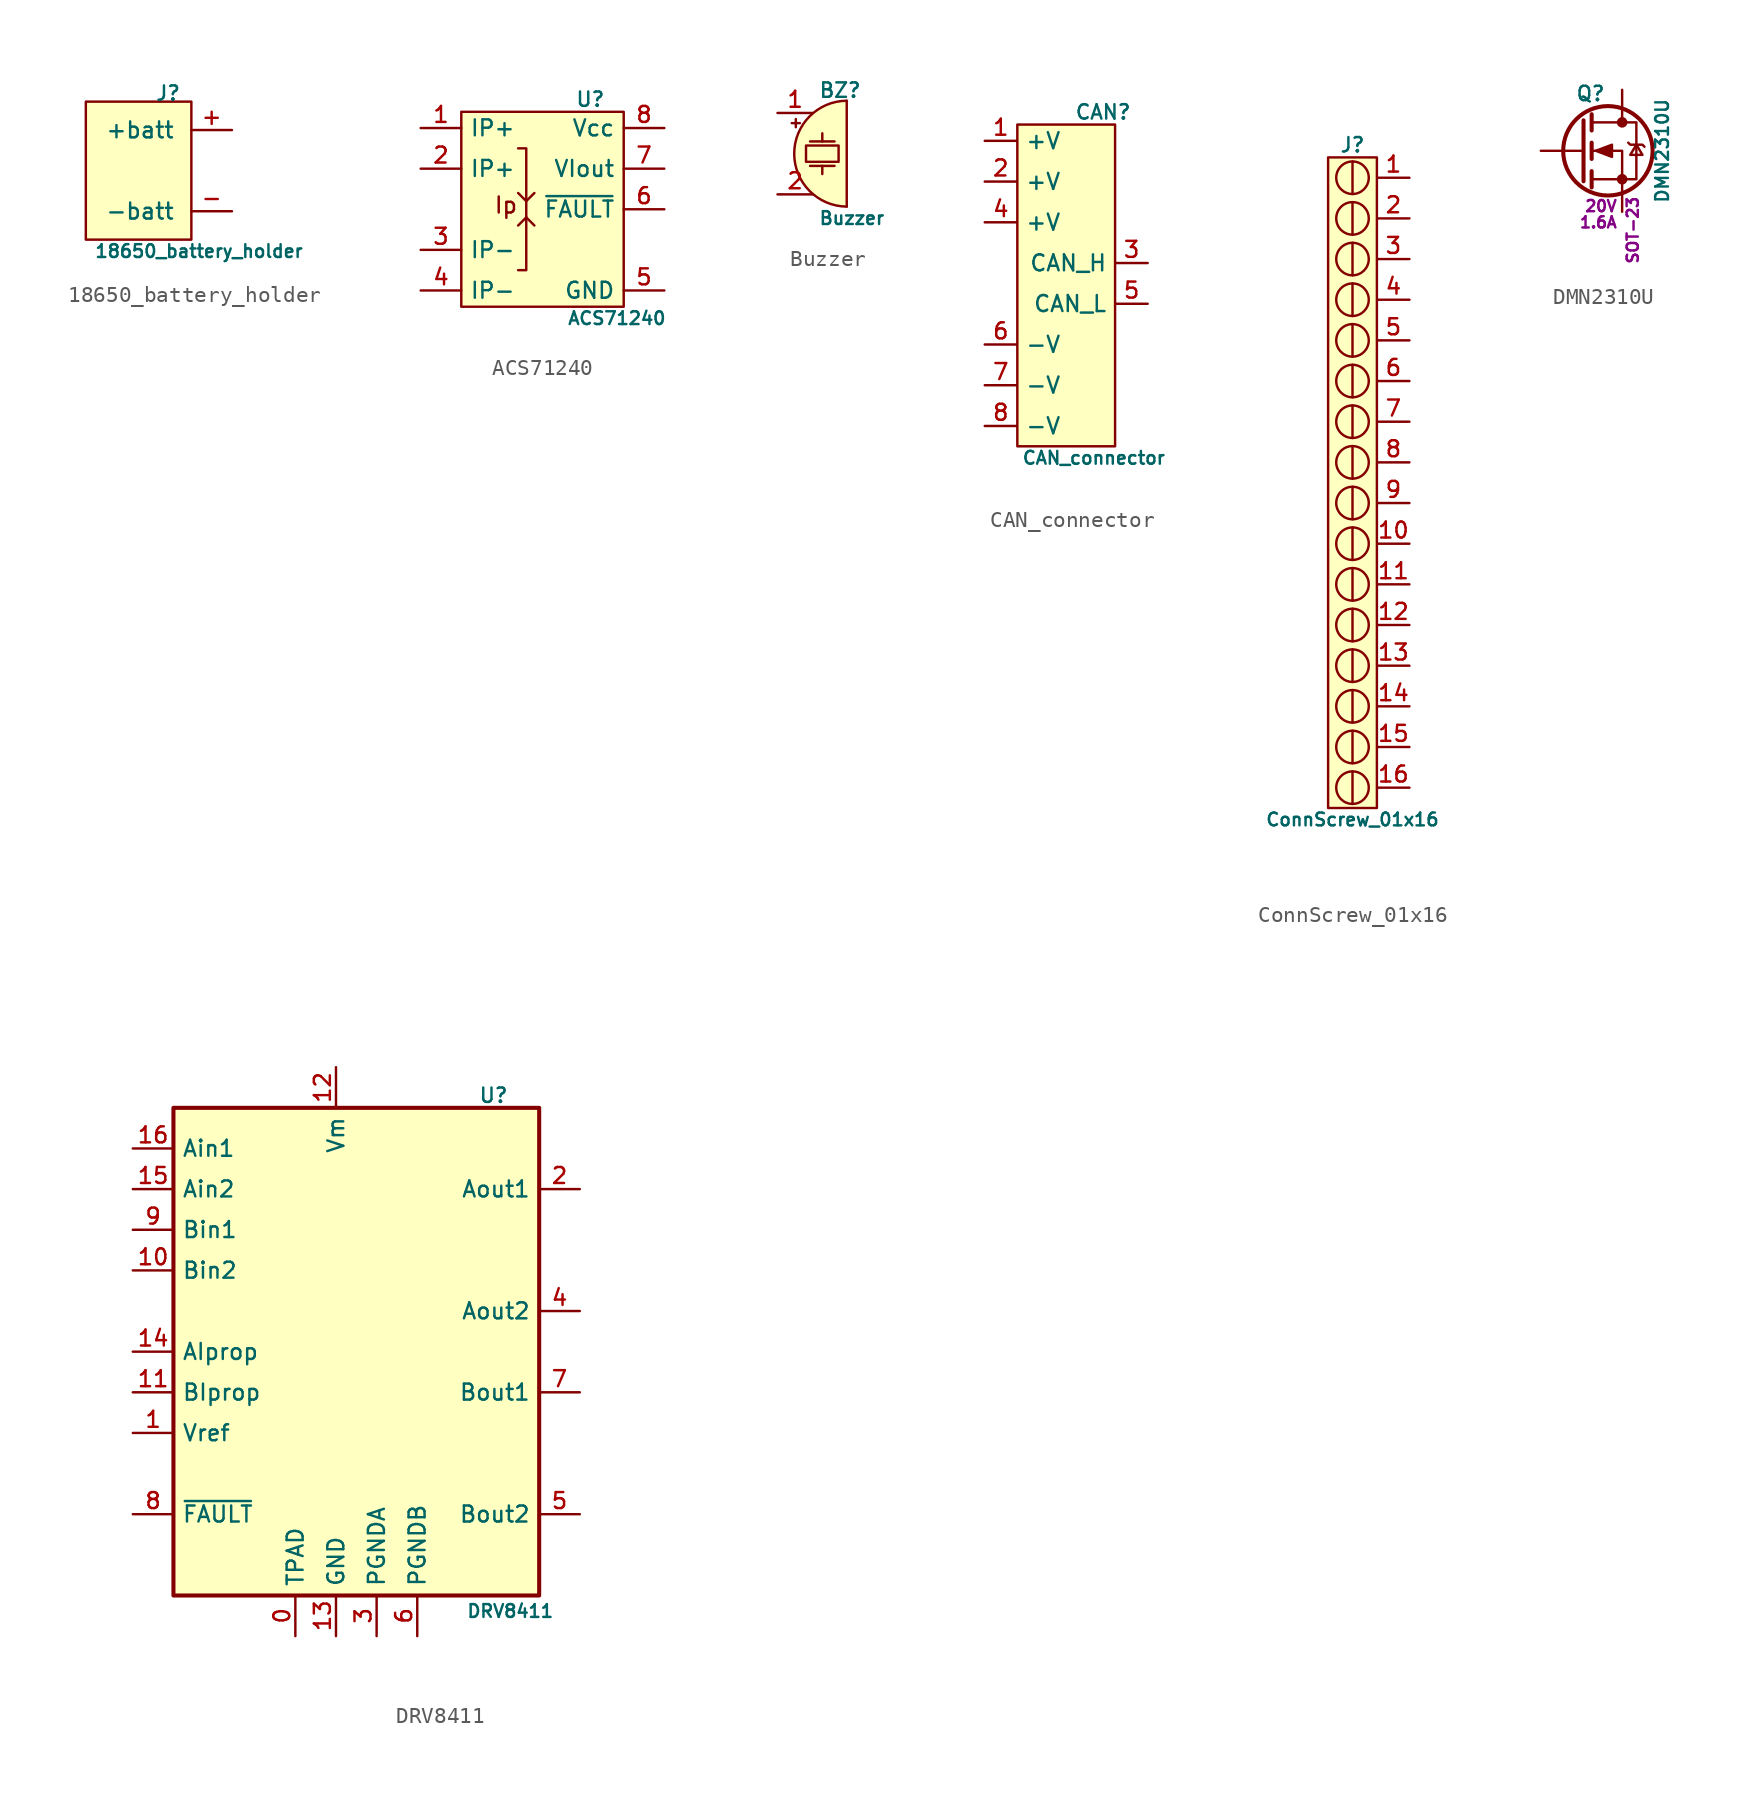
<source format=kicad_sym>
(kicad_symbol_lib
  (version 20231120)
  (generator "kicad_symbol_editor")
  (generator_version "8.0")
  (symbol "18650_battery_holder"
    (pin_names
      (offset 1.016))
    (property "Reference" "J"
      (at 0.254 4.318 0)
      (effects (font (size 0.9 0.9)) (justify left bottom)))
    (property "Value" "18650_battery_holder"
      (at -3.556 -4.572 0)
      (effects (font (size 0.8 0.8)) (justify left top)))
    (symbol "18650_battery_holder_0_1"
      (rectangle (start -4.064 4.318) (end 2.54 -4.318) (stroke (width 0) (type default)) (fill (type background))))
    (symbol "18650_battery_holder_1_1"
      (pin passive line (at 5.08 2.54 180) (length 2.54) (name "+batt" (effects (font (size 1 1)))) (number "+" (effects (font (size 1 1)))))
      (pin passive line (at 5.08 -2.54 180) (length 2.54) (name "-batt" (effects (font (size 1 1)))) (number "-" (effects (font (size 1 1)))))))
  (symbol "ACS71240"
    (property "Reference" "U"
      (at 2.032 6.35 0)
      (effects (font (size 0.9 0.9)) (justify left bottom)))
    (property "Value" "ACS71240"
      (at 1.524 -6.35 0)
      (effects (font (size 0.8 0.8)) (justify left top)))
    (symbol "ACS71240_0_1"
      (polyline (pts (xy -1.016 -0.508) (xy -1.524 -1.016)) (stroke (width 0) (type default)) (fill (type none)))
      (polyline (pts (xy -1.016 -0.508) (xy -0.508 -1.016)) (stroke (width 0) (type default)) (fill (type none)))
      (polyline (pts (xy -1.524 1.016) (xy -1.016 0.508) (xy -0.508 1.016)) (stroke (width 0) (type default)) (fill (type none)))
      (polyline (pts (xy -1.524 3.81) (xy -1.016 3.81) (xy -1.016 -3.81) (xy -1.524 -3.81)) (stroke (width 0) (type default)) (fill (type none))))
    (symbol "ACS71240_1_1"
      (rectangle (start -5.08 6.096) (end 5.08 -6.096) (stroke (width 0) (type default)) (fill (type background)))
      (text "Ip" (at -2.286 0.254 0) (effects (font (size 1 1))))
      (pin passive line (at -7.62 5.08 0) (length 2.54) (name "IP+" (effects (font (size 1 1)))) (number "1" (effects (font (size 1 1)))))
      (pin passive line (at -7.62 2.54 0) (length 2.54) (name "IP+" (effects (font (size 1 1)))) (number "2" (effects (font (size 1 1)))))
      (pin passive line (at -7.62 -2.54 0) (length 2.54) (name "IP-" (effects (font (size 1 1)))) (number "3" (effects (font (size 1 1)))))
      (pin passive line (at -7.62 -5.08 0) (length 2.54) (name "IP-" (effects (font (size 1 1)))) (number "4" (effects (font (size 1 1)))))
      (pin power_in line (at 7.62 -5.08 180) (length 2.54) (name "GND" (effects (font (size 1 1)))) (number "5" (effects (font (size 1 1)))))
      (pin open_collector line (at 7.62 0 180) (length 2.54) (name "~{FAULT}" (effects (font (size 1 1)))) (number "6" (effects (font (size 1 1)))))
      (pin output line (at 7.62 2.54 180) (length 2.54) (name "VIout" (effects (font (size 1 1)))) (number "7" (effects (font (size 1 1)))))
      (pin power_in line (at 7.62 5.08 180) (length 2.54) (name "Vcc" (effects (font (size 1 1)))) (number "8" (effects (font (size 1 1)))))))
  (symbol "Buzzer"
    (pin_names
      (offset 0.025) hide)
    (property "Reference" "BZ"
      (at 0 3.429 0)
      (effects (font (size 0.9 0.9)) (justify left bottom)))
    (property "Value" "Buzzer"
      (at 0 -3.556 0)
      (effects (font (size 0.8 0.8)) (justify left top)))
    (symbol "Buzzer_0_1"
      (polyline (pts (xy -1.651 1.905) (xy -1.143 1.905)) (stroke (width 0) (type default)) (fill (type none)))
      (polyline (pts (xy -1.397 2.159) (xy -1.397 1.651)) (stroke (width 0) (type default)) (fill (type none)))
      (polyline (pts (xy -0.508 -0.762) (xy 1.016 -0.762)) (stroke (width 0) (type default)) (fill (type none)))
      (polyline (pts (xy 0.254 -0.762) (xy 0.254 -1.27)) (stroke (width 0) (type default)) (fill (type none)))
      (polyline (pts (xy 0.254 0.762) (xy 0.254 1.27)) (stroke (width 0) (type default)) (fill (type none)))
      (polyline (pts (xy 1.016 0.762) (xy -0.508 0.762)) (stroke (width 0) (type default)) (fill (type none)))
      (polyline (pts (xy 1.778 3.302) (xy 1.778 -3.302)) (stroke (width 0) (type default)) (fill (type none)))
      (polyline (pts (xy -0.762 0.508) (xy 1.27 0.508) (xy 1.27 -0.508) (xy -0.762 -0.508) (xy -0.762 0.508)) (stroke (width 0) (type default)) (fill (type none))))
    (symbol "Buzzer_1_1"
      (arc (start 1.778 3.302) (mid -1.4984 0) (end 1.778 -3.302) (stroke (width 0) (type default)) (fill (type background)))
      (pin passive line (at -2.54 2.54 0) (length 2.2) (name "-" (effects (font (size 1 1)))) (number "1" (effects (font (size 1 1)))))
      (pin passive line (at -2.54 -2.54 0) (length 2.2) (name "+" (effects (font (size 1 1)))) (number "2" (effects (font (size 1 1)))))))
  (symbol "CAN_connector"
    (pin_names
      (offset 0.5))
    (property "Reference" "CAN"
      (at 0.508 8.89 0)
      (effects (font (size 0.9 0.9)) (justify left bottom)))
    (property "Value" "CAN_connector"
      (at -2.794 -11.684 0)
      (effects (font (size 0.8 0.8)) (justify left top)))
    (symbol "CAN_connector_1_1"
      (rectangle (start -3.048 8.636) (end 3.048 -11.43) (stroke (width 0) (type default)) (fill (type background)))
      (pin passive line (at -5.08 7.62 0) (length 2) (name "+V" (effects (font (size 1 1)))) (number "1" (effects (font (size 1 1)))))
      (pin passive line (at -5.08 5.08 0) (length 2) (name "+V" (effects (font (size 1 1)))) (number "2" (effects (font (size 1 1)))))
      (pin passive line (at 5.08 0 180) (length 2) (name "CAN_H" (effects (font (size 1 1)))) (number "3" (effects (font (size 1 1)))))
      (pin passive line (at -5.08 2.54 0) (length 2) (name "+V" (effects (font (size 1 1)))) (number "4" (effects (font (size 1 1)))))
      (pin passive line (at 5.08 -2.54 180) (length 2) (name "CAN_L" (effects (font (size 1 1)))) (number "5" (effects (font (size 1 1)))))
      (pin passive line (at -5.08 -5.08 0) (length 2) (name "-V" (effects (font (size 1 1)))) (number "6" (effects (font (size 1 1)))))
      (pin passive line (at -5.08 -7.62 0) (length 2) (name "-V" (effects (font (size 1 1)))) (number "7" (effects (font (size 1 1)))))
      (pin passive line (at -5.08 -10.16 0) (length 2) (name "-V" (effects (font (size 1 1)))) (number "8" (effects (font (size 1 1)))))))
  (symbol "ConnScrew_01x16"
    (pin_names
      (offset 1.016) hide)
    (property "Reference" "J"
      (at -1.016 19.304 0)
      (effects (font (size 0.9 0.9)) (justify bottom)))
    (property "Value" "ConnScrew_01x16"
      (at -1.016 -21.844 0)
      (effects (font (size 0.8 0.8)) (justify top)))
    (symbol "ConnScrew_01x16_0_1"
      (circle (center -1.016 -20.32) (radius 1.016) (stroke (width 0) (type default)) (fill (type none)))
      (circle (center -1.016 -17.78) (radius 1.016) (stroke (width 0) (type default)) (fill (type none)))
      (circle (center -1.016 -15.24) (radius 1.016) (stroke (width 0) (type default)) (fill (type none)))
      (circle (center -1.016 -12.7) (radius 1.016) (stroke (width 0) (type default)) (fill (type none)))
      (circle (center -1.016 -10.16) (radius 1.016) (stroke (width 0) (type default)) (fill (type none)))
      (circle (center -1.016 -7.62) (radius 1.016) (stroke (width 0) (type default)) (fill (type none)))
      (circle (center -1.016 -5.08) (radius 1.016) (stroke (width 0) (type default)) (fill (type none)))
      (circle (center -1.016 -2.54) (radius 1.016) (stroke (width 0) (type default)) (fill (type none)))
      (circle (center -1.016 0) (radius 1.016) (stroke (width 0) (type default)) (fill (type none)))
      (circle (center -1.016 2.54) (radius 1.016) (stroke (width 0) (type default)) (fill (type none)))
      (circle (center -1.016 5.08) (radius 1.016) (stroke (width 0) (type default)) (fill (type none)))
      (circle (center -1.016 7.62) (radius 1.016) (stroke (width 0) (type default)) (fill (type none)))
      (circle (center -1.016 10.16) (radius 1.016) (stroke (width 0) (type default)) (fill (type none)))
      (circle (center -1.016 12.7) (radius 1.016) (stroke (width 0) (type default)) (fill (type none)))
      (circle (center -1.016 15.24) (radius 1.016) (stroke (width 0) (type default)) (fill (type none)))
      (circle (center -1.016 17.78) (radius 1.016) (stroke (width 0) (type default)) (fill (type none)))
      (polyline (pts (xy -1.016 -19.304) (xy -1.016 -21.336)) (stroke (width 0) (type default)) (fill (type none)))
      (polyline (pts (xy -1.016 -16.764) (xy -1.016 -18.796)) (stroke (width 0) (type default)) (fill (type none)))
      (polyline (pts (xy -1.016 -14.224) (xy -1.016 -16.256)) (stroke (width 0) (type default)) (fill (type none)))
      (polyline (pts (xy -1.016 -11.684) (xy -1.016 -13.716)) (stroke (width 0) (type default)) (fill (type none)))
      (polyline (pts (xy -1.016 -9.144) (xy -1.016 -11.176)) (stroke (width 0) (type default)) (fill (type none)))
      (polyline (pts (xy -1.016 -6.604) (xy -1.016 -8.636)) (stroke (width 0) (type default)) (fill (type none)))
      (polyline (pts (xy -1.016 -4.064) (xy -1.016 -6.096)) (stroke (width 0) (type default)) (fill (type none)))
      (polyline (pts (xy -1.016 -1.524) (xy -1.016 -3.556)) (stroke (width 0) (type default)) (fill (type none)))
      (polyline (pts (xy -1.016 1.016) (xy -1.016 -1.016)) (stroke (width 0) (type default)) (fill (type none)))
      (polyline (pts (xy -1.016 3.556) (xy -1.016 1.524)) (stroke (width 0) (type default)) (fill (type none)))
      (polyline (pts (xy -1.016 6.096) (xy -1.016 4.064)) (stroke (width 0) (type default)) (fill (type none)))
      (polyline (pts (xy -1.016 8.636) (xy -1.016 6.604)) (stroke (width 0) (type default)) (fill (type none)))
      (polyline (pts (xy -1.016 11.176) (xy -1.016 9.144)) (stroke (width 0) (type default)) (fill (type none)))
      (polyline (pts (xy -1.016 13.716) (xy -1.016 11.684)) (stroke (width 0) (type default)) (fill (type none)))
      (polyline (pts (xy -1.016 16.256) (xy -1.016 14.224)) (stroke (width 0) (type default)) (fill (type none)))
      (polyline (pts (xy -1.016 18.796) (xy -1.016 16.764)) (stroke (width 0) (type default)) (fill (type none))))
    (symbol "ConnScrew_01x16_1_1"
      (rectangle (start -2.54 19.05) (end 0.508 -21.59) (stroke (width 0) (type default)) (fill (type background)))
      (pin passive line (at 2.54 17.78 180) (length 2) (name "Pin_1" (effects (font (size 1 1)))) (number "1" (effects (font (size 1 1)))))
      (pin passive line (at 2.54 -5.08 180) (length 2) (name "Pin_10" (effects (font (size 1 1)))) (number "10" (effects (font (size 1 1)))))
      (pin passive line (at 2.54 -7.62 180) (length 2) (name "Pin_11" (effects (font (size 1 1)))) (number "11" (effects (font (size 1 1)))))
      (pin passive line (at 2.54 -10.16 180) (length 2) (name "Pin_12" (effects (font (size 1 1)))) (number "12" (effects (font (size 1 1)))))
      (pin passive line (at 2.54 -12.7 180) (length 2) (name "Pin_13" (effects (font (size 1 1)))) (number "13" (effects (font (size 1 1)))))
      (pin passive line (at 2.54 -15.24 180) (length 2) (name "Pin_14" (effects (font (size 1 1)))) (number "14" (effects (font (size 1 1)))))
      (pin passive line (at 2.54 -17.78 180) (length 2) (name "Pin_15" (effects (font (size 1 1)))) (number "15" (effects (font (size 1 1)))))
      (pin passive line (at 2.54 -20.32 180) (length 2) (name "Pin_16" (effects (font (size 1 1)))) (number "16" (effects (font (size 1 1)))))
      (pin passive line (at 2.54 15.24 180) (length 2) (name "Pin_2" (effects (font (size 1 1)))) (number "2" (effects (font (size 1 1)))))
      (pin passive line (at 2.54 12.7 180) (length 2) (name "Pin_3" (effects (font (size 1 1)))) (number "3" (effects (font (size 1 1)))))
      (pin passive line (at 2.54 10.16 180) (length 2) (name "Pin_4" (effects (font (size 1 1)))) (number "4" (effects (font (size 1 1)))))
      (pin passive line (at 2.54 7.62 180) (length 2) (name "Pin_5" (effects (font (size 1 1)))) (number "5" (effects (font (size 1 1)))))
      (pin passive line (at 2.54 5.08 180) (length 2) (name "Pin_6" (effects (font (size 1 1)))) (number "6" (effects (font (size 1 1)))))
      (pin passive line (at 2.54 2.54 180) (length 2) (name "Pin_7" (effects (font (size 1 1)))) (number "7" (effects (font (size 1 1)))))
      (pin passive line (at 2.54 0 180) (length 2) (name "Pin_8" (effects (font (size 1 1)))) (number "8" (effects (font (size 1 1)))))
      (pin passive line (at 2.54 -2.54 180) (length 2) (name "Pin_9" (effects (font (size 1 1)))) (number "9" (effects (font (size 1 1)))))))
  (symbol "DMN2310U"
    (pin_numbers hide)
    (pin_names
      (offset 0) hide)
    (property "Reference" "Q"
      (at 1.524 3.048 0)
      (effects (font (size 0.9 0.9)) (justify right bottom)))
    (property "Value" "DMN2310U"
      (at 4.572 0 90)
      (effects (font (size 0.8 0.8)) (justify top)))
    (property "Voltage" "20V"
      (at 2.286 -3.048 0)
      (effects (font (size 0.7 0.7)) (justify right top)))
    (property "Current" "1.6A"
      (at 2.286 -4.064 0)
      (effects (font (size 0.7 0.7)) (justify right top)))
    (property "Case" "SOT-23"
      (at 2.794 -2.794 90)
      (effects (font (size 0.7 0.7)) (justify right top)))
    (symbol "DMN2310U_0_1"
      (polyline (pts (xy 0.127 1.905) (xy 0.127 -1.905)) (stroke (width 0.254) (type default)) (fill (type none)))
      (polyline (pts (xy 0.635 -1.27) (xy 0.635 -2.286)) (stroke (width 0.254) (type default)) (fill (type none)))
      (polyline (pts (xy 0.635 0.508) (xy 0.635 -0.508)) (stroke (width 0.254) (type default)) (fill (type none)))
      (polyline (pts (xy 0.635 2.286) (xy 0.635 1.27)) (stroke (width 0.254) (type default)) (fill (type none)))
      (polyline (pts (xy 0.635 -1.778) (xy 3.429 -1.778) (xy 3.429 1.778) (xy 0.635 1.778)) (stroke (width 0) (type default)) (fill (type none)))
      (polyline (pts (xy 0.889 0) (xy 1.905 0.381) (xy 1.905 -0.381) (xy 0.889 0)) (stroke (width 0) (type default)) (fill (type outline)))
      (polyline (pts (xy 2.54 -1.778) (xy 2.54 0) (xy 2.413 0) (xy 0.635 0)) (stroke (width 0) (type default)) (fill (type none)))
      (polyline (pts (xy 2.921 0.508) (xy 3.048 0.381) (xy 3.81 0.381) (xy 3.937 0.254)) (stroke (width 0) (type default)) (fill (type none)))
      (polyline (pts (xy 3.429 0.381) (xy 3.048 -0.254) (xy 3.81 -0.254) (xy 3.429 0.381)) (stroke (width 0) (type default)) (fill (type none)))
      (circle (center 1.651 0) (radius 2.794) (stroke (width 0.254) (type default)) (fill (type none)))
      (circle (center 2.54 -1.778) (radius 0.254) (stroke (width 0) (type default)) (fill (type outline)))
      (circle (center 2.54 1.778) (radius 0.254) (stroke (width 0) (type default)) (fill (type outline))))
    (symbol "DMN2310U_1_1"
      (pin input line (at -2.54 0 0) (length 2.54) (name "G" (effects (font (size 1 1)))) (number "1" (effects (font (size 1 1)))))
      (pin passive line (at 2.54 -3.81 90) (length 2.032) (name "S" (effects (font (size 1 1)))) (number "2" (effects (font (size 1 1)))))
      (pin passive line (at 2.54 3.81 270) (length 2.032) (name "D" (effects (font (size 1 1)))) (number "3" (effects (font (size 1 1)))))))
  (symbol "DRV8411"
    (property "Reference" "U"
      (at 8.89 15.494 0)
      (effects (font (size 0.9 0.9)) (justify left bottom)))
    (property "Value" "DRV8411"
      (at 8.128 -15.748 0)
      (effects (font (size 0.8 0.8)) (justify left top)))
    (symbol "DRV8411_0_0"
      (text "" (at 25.908 -11.684 0) (effects (font (size 1.27 1.27)))))
    (symbol "DRV8411_0_1"
      (rectangle (start -10.16 15.24) (end 12.7 -15.24) (stroke (width 0.254) (type default)) (fill (type background))))
    (symbol "DRV8411_1_1"
      (pin passive line (at -2.54 -17.78 90) (length 2.54) (name "TPAD" (effects (font (size 1 1)))) (number "0" (effects (font (size 1 1)))))
      (pin input line (at -12.7 -5.08 0) (length 2.54) (name "Vref" (effects (font (size 1 1)))) (number "1" (effects (font (size 1 1)))))
      (pin input line (at -12.7 5.08 0) (length 2.54) (name "Bin2" (effects (font (size 1 1)))) (number "10" (effects (font (size 1 1)))))
      (pin output line (at -12.7 -2.54 0) (length 2.54) (name "BIprop" (effects (font (size 1 1)))) (number "11" (effects (font (size 1 1)))))
      (pin power_in line (at 0 17.78 270) (length 2.54) (name "Vm" (effects (font (size 1 1)))) (number "12" (effects (font (size 1 1)))))
      (pin power_in line (at 0 -17.78 90) (length 2.54) (name "GND" (effects (font (size 1 1)))) (number "13" (effects (font (size 1 1)))))
      (pin output line (at -12.7 0 0) (length 2.54) (name "AIprop" (effects (font (size 1 1)))) (number "14" (effects (font (size 1 1)))))
      (pin input line (at -12.7 10.16 0) (length 2.54) (name "Ain2" (effects (font (size 1 1)))) (number "15" (effects (font (size 1 1)))))
      (pin input line (at -12.7 12.7 0) (length 2.54) (name "Ain1" (effects (font (size 1 1)))) (number "16" (effects (font (size 1 1)))))
      (pin output line (at 15.24 10.16 180) (length 2.54) (name "Aout1" (effects (font (size 1 1)))) (number "2" (effects (font (size 1 1)))))
      (pin power_in line (at 2.54 -17.78 90) (length 2.54) (name "PGNDA" (effects (font (size 1 1)))) (number "3" (effects (font (size 1 1)))))
      (pin output line (at 15.24 2.54 180) (length 2.54) (name "Aout2" (effects (font (size 1 1)))) (number "4" (effects (font (size 1 1)))))
      (pin output line (at 15.24 -10.16 180) (length 2.54) (name "Bout2" (effects (font (size 1 1)))) (number "5" (effects (font (size 1 1)))))
      (pin power_in line (at 5.08 -17.78 90) (length 2.54) (name "PGNDB" (effects (font (size 1 1)))) (number "6" (effects (font (size 1 1)))))
      (pin output line (at 15.24 -2.54 180) (length 2.54) (name "Bout1" (effects (font (size 1 1)))) (number "7" (effects (font (size 1 1)))))
      (pin open_collector line (at -12.7 -10.16 0) (length 2.54) (name "~{FAULT}" (effects (font (size 1 1)))) (number "8" (effects (font (size 1 1)))))
      (pin input line (at -12.7 7.62 0) (length 2.54) (name "Bin1" (effects (font (size 1 1)))) (number "9" (effects (font (size 1 1))))))))
</source>
